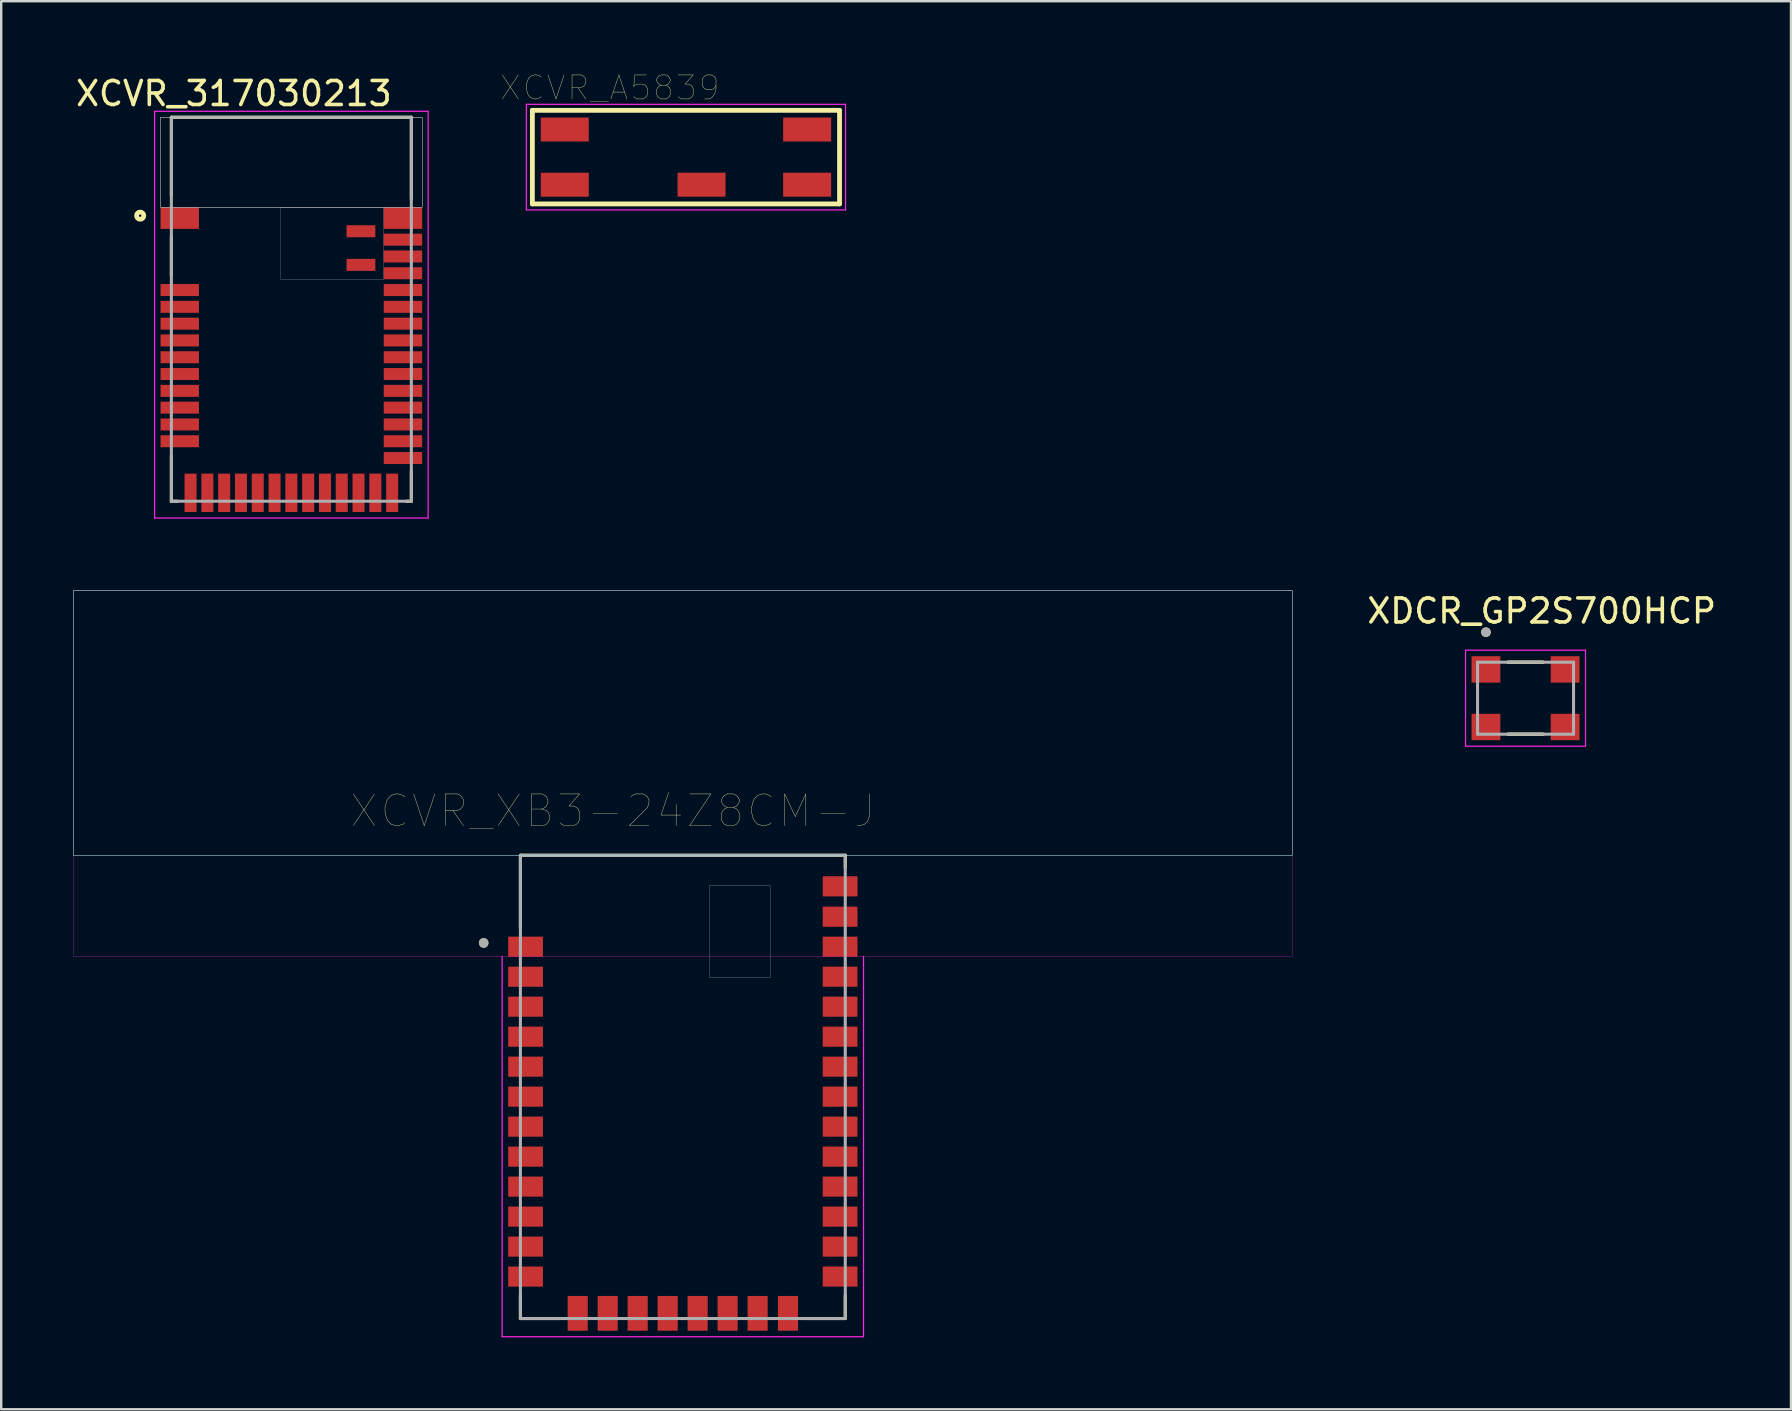
<source format=kicad_pcb>
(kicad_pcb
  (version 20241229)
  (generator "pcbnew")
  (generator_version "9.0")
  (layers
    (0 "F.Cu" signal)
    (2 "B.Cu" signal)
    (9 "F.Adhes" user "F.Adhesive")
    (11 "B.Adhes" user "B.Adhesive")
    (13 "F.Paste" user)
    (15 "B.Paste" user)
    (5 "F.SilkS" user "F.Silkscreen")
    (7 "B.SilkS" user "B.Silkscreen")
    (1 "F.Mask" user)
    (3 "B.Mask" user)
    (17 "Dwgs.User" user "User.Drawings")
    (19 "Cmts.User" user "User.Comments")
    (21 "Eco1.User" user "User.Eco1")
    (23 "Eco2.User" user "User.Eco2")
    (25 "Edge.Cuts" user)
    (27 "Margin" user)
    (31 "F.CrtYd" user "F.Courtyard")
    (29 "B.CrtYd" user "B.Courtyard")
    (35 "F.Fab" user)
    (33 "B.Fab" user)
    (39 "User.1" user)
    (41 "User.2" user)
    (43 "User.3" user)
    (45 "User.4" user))
  (footprint "XCVR_XB3-24Z8CM-J"
    (layer "F.Cu")
    (at 25.405 42.243)
    (property "Reference" "XCVR_XB3-24Z8CM-J" (at -2.919 -11.498 0) (layer "F.SilkS") (effects (font (size 1.32 1.32) (thickness 0.015))))
    (attr through_hole)
    (fp_line (start -6.769 -9.652) (end 6.769 -9.652) (stroke (width 0.127) (type solid)) (layer "F.SilkS"))
    (fp_line (start -6.769 -6.61) (end -6.769 -9.652) (stroke (width 0.127) (type solid)) (layer "F.SilkS"))
    (fp_line (start -6.769 8.68) (end -6.769 9.652) (stroke (width 0.127) (type solid)) (layer "F.SilkS"))
    (fp_line (start -6.769 9.652) (end -5.15 9.652) (stroke (width 0.127) (type solid)) (layer "F.SilkS"))
    (fp_line (start 5.15 9.652) (end 6.769 9.652) (stroke (width 0.127) (type solid)) (layer "F.SilkS"))
    (fp_line (start 6.769 -9.652) (end 6.769 -9.13) (stroke (width 0.127) (type solid)) (layer "F.SilkS"))
    (fp_line (start 6.769 9.652) (end 6.769 8.68) (stroke (width 0.127) (type solid)) (layer "F.SilkS"))
    (fp_circle (center -8.3 -6) (end -8.2 -6) (stroke (width 0.2) (type solid)) (fill no) (layer "F.SilkS"))
    (fp_poly (pts (xy -25.4 -20.676) (xy 25.4 -20.676) (xy 25.4 -9.652) (xy -25.4 -9.652)) (stroke (width 0.01) (type solid)) (fill no) (layer "Dwgs.User"))
    (fp_poly (pts (xy -25.4 -20.676) (xy 25.4 -20.676) (xy 25.4 -9.652) (xy -25.4 -9.652)) (stroke (width 0.01) (type solid)) (fill no) (layer "Dwgs.User"))
    (fp_poly (pts (xy 1.105 -8.382) (xy 3.645 -8.382) (xy 3.645 -4.572) (xy 1.105 -4.572)) (stroke (width 0.01) (type solid)) (fill no) (layer "Dwgs.User"))
    (fp_poly (pts (xy -25.4 -20.676) (xy 25.4 -20.676) (xy 25.4 -9.652) (xy -25.4 -9.652)) (stroke (width 0.01) (type solid)) (fill no) (layer "B.CrtYd"))
    (fp_line (start -7.53 -5.436) (end -7.53 10.41) (stroke (width 0.05) (type solid)) (layer "F.CrtYd"))
    (fp_line (start -7.53 10.41) (end 7.53 10.41) (stroke (width 0.05) (type solid)) (layer "F.CrtYd"))
    (fp_line (start 7.53 10.41) (end 7.53 -5.436) (stroke (width 0.05) (type solid)) (layer "F.CrtYd"))
    (fp_poly (pts (xy -25.4 -20.676) (xy 25.4 -20.676) (xy 25.4 -5.436) (xy -25.4 -5.436)) (stroke (width 0.01) (type solid)) (fill no) (layer "F.CrtYd"))
    (fp_line (start -6.769 -9.652) (end 6.769 -9.652) (stroke (width 0.127) (type solid)) (layer "F.Fab"))
    (fp_line (start -6.769 9.652) (end -6.769 -9.652) (stroke (width 0.127) (type solid)) (layer "F.Fab"))
    (fp_line (start 6.769 -9.652) (end 6.769 9.652) (stroke (width 0.127) (type solid)) (layer "F.Fab"))
    (fp_line (start 6.769 9.652) (end -6.769 9.652) (stroke (width 0.127) (type solid)) (layer "F.Fab"))
    (fp_circle (center -8.3 -6) (end -8.2 -6) (stroke (width 0.2) (type solid)) (fill no) (layer "F.Fab"))
    (pad "1" smd rect (at -6.553 -5.842) (size 1.448 0.838) (layers "F.Cu" "F.Mask" "F.Paste"))
    (pad "2" smd rect (at -6.553 -4.592) (size 1.448 0.838) (layers "F.Cu" "F.Mask" "F.Paste"))
    (pad "3" smd rect (at -6.553 -3.343) (size 1.448 0.838) (layers "F.Cu" "F.Mask" "F.Paste"))
    (pad "4" smd rect (at -6.553 -2.093) (size 1.448 0.838) (layers "F.Cu" "F.Mask" "F.Paste"))
    (pad "5" smd rect (at -6.553 -0.843) (size 1.448 0.838) (layers "F.Cu" "F.Mask" "F.Paste"))
    (pad "6" smd rect (at -6.553 0.406) (size 1.448 0.838) (layers "F.Cu" "F.Mask" "F.Paste"))
    (pad "7" smd rect (at -6.553 1.656) (size 1.448 0.838) (layers "F.Cu" "F.Mask" "F.Paste"))
    (pad "8" smd rect (at -6.553 2.906) (size 1.448 0.838) (layers "F.Cu" "F.Mask" "F.Paste"))
    (pad "9" smd rect (at -6.553 4.155) (size 1.448 0.838) (layers "F.Cu" "F.Mask" "F.Paste"))
    (pad "10" smd rect (at -6.553 5.405) (size 1.448 0.838) (layers "F.Cu" "F.Mask" "F.Paste"))
    (pad "11" smd rect (at -6.553 6.655) (size 1.448 0.838) (layers "F.Cu" "F.Mask" "F.Paste"))
    (pad "12" smd rect (at -6.553 7.904) (size 1.448 0.838) (layers "F.Cu" "F.Mask" "F.Paste"))
    (pad "13" smd rect (at -4.381 9.436) (size 0.838 1.448) (layers "F.Cu" "F.Mask" "F.Paste"))
    (pad "14" smd rect (at -3.132 9.436) (size 0.838 1.448) (layers "F.Cu" "F.Mask" "F.Paste"))
    (pad "15" smd rect (at -1.882 9.436) (size 0.838 1.448) (layers "F.Cu" "F.Mask" "F.Paste"))
    (pad "16" smd rect (at -0.632 9.436) (size 0.838 1.448) (layers "F.Cu" "F.Mask" "F.Paste"))
    (pad "17" smd rect (at 0.617 9.436) (size 0.838 1.448) (layers "F.Cu" "F.Mask" "F.Paste"))
    (pad "18" smd rect (at 1.867 9.436) (size 0.838 1.448) (layers "F.Cu" "F.Mask" "F.Paste"))
    (pad "19" smd rect (at 3.117 9.436) (size 0.838 1.448) (layers "F.Cu" "F.Mask" "F.Paste"))
    (pad "20" smd rect (at 4.381 9.436) (size 0.838 1.448) (layers "F.Cu" "F.Mask" "F.Paste"))
    (pad "21" smd rect (at 6.553 7.904) (size 1.448 0.838) (layers "F.Cu" "F.Mask" "F.Paste"))
    (pad "22" smd rect (at 6.553 6.655) (size 1.448 0.838) (layers "F.Cu" "F.Mask" "F.Paste"))
    (pad "23" smd rect (at 6.553 5.405) (size 1.448 0.838) (layers "F.Cu" "F.Mask" "F.Paste"))
    (pad "24" smd rect (at 6.553 4.155) (size 1.448 0.838) (layers "F.Cu" "F.Mask" "F.Paste"))
    (pad "25" smd rect (at 6.553 2.906) (size 1.448 0.838) (layers "F.Cu" "F.Mask" "F.Paste"))
    (pad "26" smd rect (at 6.553 1.656) (size 1.448 0.838) (layers "F.Cu" "F.Mask" "F.Paste"))
    (pad "27" smd rect (at 6.553 0.406) (size 1.448 0.838) (layers "F.Cu" "F.Mask" "F.Paste"))
    (pad "28" smd rect (at 6.553 -0.843) (size 1.448 0.838) (layers "F.Cu" "F.Mask" "F.Paste"))
    (pad "29" smd rect (at 6.553 -2.093) (size 1.448 0.838) (layers "F.Cu" "F.Mask" "F.Paste"))
    (pad "30" smd rect (at 6.553 -3.343) (size 1.448 0.838) (layers "F.Cu" "F.Mask" "F.Paste"))
    (pad "31" smd rect (at 6.553 -4.592) (size 1.448 0.838) (layers "F.Cu" "F.Mask" "F.Paste"))
    (pad "32" smd rect (at 6.553 -5.842) (size 1.448 0.838) (layers "F.Cu" "F.Mask" "F.Paste"))
    (pad "33" smd rect (at 6.553 -7.092) (size 1.448 0.838) (layers "F.Cu" "F.Mask" "F.Paste"))
    (pad "34" smd rect (at 6.553 -8.357) (size 1.448 0.838) (layers "F.Cu" "F.Mask" "F.Paste")))
  (footprint "XDCR_GP2S700HCP"
    (layer "F.Cu")
    (at 60.522 26.046)
    (property "Reference" "XDCR_GP2S700HCP" (at 0.675 -3.635 0) (layer "F.SilkS") (effects (font (size 1 1) (thickness 0.15))))
    (attr through_hole)
    (fp_line (start -0.73 -1.5) (end 0.73 -1.5) (stroke (width 0.127) (type solid)) (layer "F.SilkS"))
    (fp_line (start -0.73 -1.5) (end 0.73 -1.5) (stroke (width 0.127) (type solid)) (layer "F.SilkS"))
    (fp_line (start -0.73 1.5) (end 0.73 1.5) (stroke (width 0.127) (type solid)) (layer "F.SilkS"))
    (fp_line (start -0.73 1.5) (end 0.73 1.5) (stroke (width 0.127) (type solid)) (layer "F.SilkS"))
    (fp_circle (center -1.65 -2.75) (end -1.55 -2.75) (stroke (width 0.2) (type solid)) (fill no) (layer "F.SilkS"))
    (fp_line (start -2.5 -2) (end -2.5 2) (stroke (width 0.05) (type solid)) (layer "F.CrtYd"))
    (fp_line (start -2.5 2) (end 2.5 2) (stroke (width 0.05) (type solid)) (layer "F.CrtYd"))
    (fp_line (start 2.5 -2) (end -2.5 -2) (stroke (width 0.05) (type solid)) (layer "F.CrtYd"))
    (fp_line (start 2.5 2) (end 2.5 -2) (stroke (width 0.05) (type solid)) (layer "F.CrtYd"))
    (fp_line (start -2 -1.5) (end 2 -1.5) (stroke (width 0.127) (type solid)) (layer "F.Fab"))
    (fp_line (start -2 1.5) (end -2 -1.5) (stroke (width 0.127) (type solid)) (layer "F.Fab"))
    (fp_line (start 2 -1.5) (end 2 1.5) (stroke (width 0.127) (type solid)) (layer "F.Fab"))
    (fp_line (start 2 1.5) (end -2 1.5) (stroke (width 0.127) (type solid)) (layer "F.Fab"))
    (fp_circle (center -1.65 -2.75) (end -1.55 -2.75) (stroke (width 0.2) (type solid)) (fill no) (layer "F.Fab"))
    (pad "1" smd rect (at -1.65 -1.2) (size 1.2 1.1) (layers "F.Cu" "F.Mask" "F.Paste"))
    (pad "2" smd rect (at -1.65 1.2) (size 1.2 1.1) (layers "F.Cu" "F.Mask" "F.Paste"))
    (pad "3" smd rect (at 1.65 1.2) (size 1.2 1.1) (layers "F.Cu" "F.Mask" "F.Paste"))
    (pad "4" smd rect (at 1.65 -1.2) (size 1.2 1.1) (layers "F.Cu" "F.Mask" "F.Paste"))
    (zone (net_name "") (layer "F.Cu") (hatch full 0.508) (connect_pads) (min_thickness 0.01) (filled_areas_thickness no) (keepout (tracks not_allowed) (vias not_allowed) (pads not_allowed) (copperpour not_allowed) (footprints allowed)) (placement (enabled no)) (fill) (polygon (pts (xy 58.272 25.395) (xy 62.772 25.395) (xy 62.772 26.695) (xy 58.272 26.695))))
    (zone (net_name "") (layer "F.Cu") (hatch full 0.508) (connect_pads) (min_thickness 0.01) (filled_areas_thickness no) (keepout (tracks not_allowed) (vias not_allowed) (pads not_allowed) (copperpour not_allowed) (footprints allowed)) (placement (enabled no)) (fill) (polygon (pts (xy 59.472 24.296) (xy 61.572 24.296) (xy 61.572 27.796) (xy 59.472 27.796))))
    (zone (net_name "") (layers "F.Cu" "B.Cu") (hatch full 0.508) (connect_pads) (min_thickness 0.01) (filled_areas_thickness no) (keepout (tracks allowed) (vias not_allowed) (pads allowed) (copperpour allowed) (footprints allowed)) (placement (enabled no)) (fill) (polygon (pts (xy 58.272 25.395) (xy 62.772 25.395) (xy 62.772 26.695) (xy 58.272 26.695))))
    (zone (net_name "") (layers "F.Cu" "B.Cu") (hatch full 0.508) (connect_pads) (min_thickness 0.01) (filled_areas_thickness no) (keepout (tracks allowed) (vias not_allowed) (pads allowed) (copperpour allowed) (footprints allowed)) (placement (enabled no)) (fill) (polygon (pts (xy 59.472 24.296) (xy 61.572 24.296) (xy 61.572 27.796) (xy 59.472 27.796)))))
  (footprint "XCVR_A5839"
    (layer "F.Cu")
    (at 25.535 3.497)
    (property "Reference" "XCVR_A5839" (at -3.176 -2.886 0) (layer "F.SilkS") (effects (font (size 1 1) (thickness 0.015))))
    (attr through_hole)
    (fp_line (start -6.4 -1.95) (end 6.4 -1.95) (stroke (width 0.2) (type solid)) (layer "F.SilkS"))
    (fp_line (start -6.4 1.95) (end -6.4 -1.95) (stroke (width 0.2) (type solid)) (layer "F.SilkS"))
    (fp_line (start 6.4 -1.95) (end 6.4 1.95) (stroke (width 0.2) (type solid)) (layer "F.SilkS"))
    (fp_line (start 6.4 1.95) (end -6.4 1.95) (stroke (width 0.2) (type solid)) (layer "F.SilkS"))
    (fp_line (start -6.65 -2.2) (end 6.65 -2.2) (stroke (width 0.05) (type solid)) (layer "F.CrtYd"))
    (fp_line (start -6.65 2.2) (end -6.65 -2.2) (stroke (width 0.05) (type solid)) (layer "F.CrtYd"))
    (fp_line (start 6.65 -2.2) (end 6.65 2.2) (stroke (width 0.05) (type solid)) (layer "F.CrtYd"))
    (fp_line (start 6.65 2.2) (end -6.65 2.2) (stroke (width 0.05) (type solid)) (layer "F.CrtYd"))
    (pad "1" smd rect (at -5.05 -1.15) (size 2 1) (layers "F.Cu" "F.Mask" "F.Paste"))
    (pad "2" smd rect (at -5.05 1.15) (size 2 1) (layers "F.Cu" "F.Mask" "F.Paste"))
    (pad "3" smd rect (at 0.65 1.15) (size 2 1) (layers "F.Cu" "F.Mask" "F.Paste"))
    (pad "4" smd rect (at 5.05 1.15) (size 2 1) (layers "F.Cu" "F.Mask" "F.Paste"))
    (pad "5" smd rect (at 5.05 -1.15) (size 2 1) (layers "F.Cu" "F.Mask" "F.Paste")))
  (footprint "XCVR_317030213"
    (layer "F.Cu")
    (at 9.091 9.837)
    (property "Reference" "XCVR_317030213" (at -2.395 -8.989 0) (layer "F.SilkS") (effects (font (size 1 1) (thickness 0.15))))
    (attr through_hole)
    (fp_line (start -5 -8) (end 5 -8) (stroke (width 0.127) (type solid)) (layer "F.SilkS"))
    (fp_line (start -5 -4.75) (end -5 -8) (stroke (width 0.127) (type solid)) (layer "F.SilkS"))
    (fp_line (start -5 -3) (end -5 -1.4) (stroke (width 0.127) (type solid)) (layer "F.SilkS"))
    (fp_line (start -5 6.1) (end -5 8) (stroke (width 0.127) (type solid)) (layer "F.SilkS"))
    (fp_line (start -5 8) (end -4.75 8) (stroke (width 0.127) (type solid)) (layer "F.SilkS"))
    (fp_line (start 5 -8) (end 5 -4.6) (stroke (width 0.127) (type solid)) (layer "F.SilkS"))
    (fp_line (start 5 6.75) (end 5 8) (stroke (width 0.127) (type solid)) (layer "F.SilkS"))
    (fp_line (start 5 8) (end 4.8 8) (stroke (width 0.127) (type solid)) (layer "F.SilkS"))
    (fp_circle (center -6.3 -3.9) (end -6.15 -3.9) (stroke (width 0.2) (type solid)) (fill no) (layer "F.SilkS"))
    (fp_poly (pts (xy -5.45 -8) (xy 5.45 -8) (xy 5.45 -4.25) (xy -5.45 -4.25)) (stroke (width 0.01) (type solid)) (fill no) (layer "Dwgs.User"))
    (fp_poly (pts (xy -5.45 -8) (xy 5.45 -8) (xy 5.45 -4.25) (xy -5.45 -4.25)) (stroke (width 0.01) (type solid)) (fill no) (layer "Dwgs.User"))
    (fp_poly (pts (xy -5.45 -8) (xy 5.45 -8) (xy 5.45 -4.25) (xy -5.45 -4.25)) (stroke (width 0.01) (type solid)) (fill no) (layer "Dwgs.User"))
    (fp_line (start -5.7 -8.25) (end 5.7 -8.25) (stroke (width 0.05) (type solid)) (layer "F.CrtYd"))
    (fp_line (start -5.7 8.7) (end -5.7 -8.25) (stroke (width 0.05) (type solid)) (layer "F.CrtYd"))
    (fp_line (start 5.7 -8.25) (end 5.7 8.7) (stroke (width 0.05) (type solid)) (layer "F.CrtYd"))
    (fp_line (start 5.7 8.7) (end -5.7 8.7) (stroke (width 0.05) (type solid)) (layer "F.CrtYd"))
    (fp_line (start -5 -8) (end 5 -8) (stroke (width 0.127) (type solid)) (layer "F.Fab"))
    (fp_line (start -5 8) (end -5 -8) (stroke (width 0.127) (type solid)) (layer "F.Fab"))
    (fp_line (start 5 -8) (end 5 8) (stroke (width 0.127) (type solid)) (layer "F.Fab"))
    (fp_line (start 5 8) (end -5 8) (stroke (width 0.127) (type solid)) (layer "F.Fab"))
    (fp_poly (pts (xy -0.45 -4.25) (xy 3.85 -4.25) (xy 3.85 -1.25) (xy -0.45 -1.25)) (stroke (width 0.01) (type solid)) (fill no) (layer "F.Fab"))
    (pad "1" smd rect (at -4.65 -3.8) (size 1.6 0.9) (layers "F.Cu" "F.Mask" "F.Paste"))
    (pad "2" smd rect (at -4.65 -0.8) (size 1.6 0.5) (layers "F.Cu" "F.Mask" "F.Paste"))
    (pad "3" smd rect (at -4.65 -0.1) (size 1.6 0.5) (layers "F.Cu" "F.Mask" "F.Paste"))
    (pad "4" smd rect (at -4.65 0.6) (size 1.6 0.5) (layers "F.Cu" "F.Mask" "F.Paste"))
    (pad "5" smd rect (at -4.65 1.3) (size 1.6 0.5) (layers "F.Cu" "F.Mask" "F.Paste"))
    (pad "6" smd rect (at -4.65 2) (size 1.6 0.5) (layers "F.Cu" "F.Mask" "F.Paste"))
    (pad "7" smd rect (at -4.65 2.7) (size 1.6 0.5) (layers "F.Cu" "F.Mask" "F.Paste"))
    (pad "8" smd rect (at -4.65 3.4) (size 1.6 0.5) (layers "F.Cu" "F.Mask" "F.Paste"))
    (pad "9" smd rect (at -4.65 4.1) (size 1.6 0.5) (layers "F.Cu" "F.Mask" "F.Paste"))
    (pad "10" smd rect (at -4.65 4.8) (size 1.6 0.5) (layers "F.Cu" "F.Mask" "F.Paste"))
    (pad "11" smd rect (at -4.65 5.5) (size 1.6 0.5) (layers "F.Cu" "F.Mask" "F.Paste"))
    (pad "12" smd rect (at -4.2 7.65) (size 0.5 1.6) (layers "F.Cu" "F.Mask" "F.Paste"))
    (pad "13" smd rect (at -3.5 7.65) (size 0.5 1.6) (layers "F.Cu" "F.Mask" "F.Paste"))
    (pad "14" smd rect (at -2.8 7.65) (size 0.5 1.6) (layers "F.Cu" "F.Mask" "F.Paste"))
    (pad "15" smd rect (at -2.1 7.65) (size 0.5 1.6) (layers "F.Cu" "F.Mask" "F.Paste"))
    (pad "16" smd rect (at -1.4 7.65) (size 0.5 1.6) (layers "F.Cu" "F.Mask" "F.Paste"))
    (pad "17" smd rect (at -0.7 7.65) (size 0.5 1.6) (layers "F.Cu" "F.Mask" "F.Paste"))
    (pad "18" smd rect (at 0 7.65) (size 0.5 1.6) (layers "F.Cu" "F.Mask" "F.Paste"))
    (pad "19" smd rect (at 0.7 7.65) (size 0.5 1.6) (layers "F.Cu" "F.Mask" "F.Paste"))
    (pad "20" smd rect (at 1.4 7.65) (size 0.5 1.6) (layers "F.Cu" "F.Mask" "F.Paste"))
    (pad "21" smd rect (at 2.1 7.65) (size 0.5 1.6) (layers "F.Cu" "F.Mask" "F.Paste"))
    (pad "22" smd rect (at 2.8 7.65) (size 0.5 1.6) (layers "F.Cu" "F.Mask" "F.Paste"))
    (pad "23" smd rect (at 3.5 7.65) (size 0.5 1.6) (layers "F.Cu" "F.Mask" "F.Paste"))
    (pad "24" smd rect (at 4.2 7.65) (size 0.5 1.6) (layers "F.Cu" "F.Mask" "F.Paste"))
    (pad "25" smd rect (at 4.65 6.2) (size 1.6 0.5) (layers "F.Cu" "F.Mask" "F.Paste"))
    (pad "26" smd rect (at 4.65 5.5) (size 1.6 0.5) (layers "F.Cu" "F.Mask" "F.Paste"))
    (pad "27" smd rect (at 4.65 4.8) (size 1.6 0.5) (layers "F.Cu" "F.Mask" "F.Paste"))
    (pad "28" smd rect (at 4.65 4.1) (size 1.6 0.5) (layers "F.Cu" "F.Mask" "F.Paste"))
    (pad "29" smd rect (at 4.65 3.4) (size 1.6 0.5) (layers "F.Cu" "F.Mask" "F.Paste"))
    (pad "30" smd rect (at 4.65 2.7) (size 1.6 0.5) (layers "F.Cu" "F.Mask" "F.Paste"))
    (pad "31" smd rect (at 4.65 2) (size 1.6 0.5) (layers "F.Cu" "F.Mask" "F.Paste"))
    (pad "32" smd rect (at 4.65 1.3) (size 1.6 0.5) (layers "F.Cu" "F.Mask" "F.Paste"))
    (pad "33" smd rect (at 4.65 0.6) (size 1.6 0.5) (layers "F.Cu" "F.Mask" "F.Paste"))
    (pad "34" smd rect (at 4.65 -0.1) (size 1.6 0.5) (layers "F.Cu" "F.Mask" "F.Paste"))
    (pad "35" smd rect (at 4.65 -0.8) (size 1.6 0.5) (layers "F.Cu" "F.Mask" "F.Paste"))
    (pad "36" smd rect (at 4.65 -1.5) (size 1.6 0.5) (layers "F.Cu" "F.Mask" "F.Paste"))
    (pad "37" smd rect (at 4.65 -2.2) (size 1.6 0.5) (layers "F.Cu" "F.Mask" "F.Paste"))
    (pad "38" smd rect (at 4.65 -2.9) (size 1.6 0.5) (layers "F.Cu" "F.Mask" "F.Paste"))
    (pad "39" smd rect (at 4.65 -3.8) (size 1.6 0.9) (layers "F.Cu" "F.Mask" "F.Paste"))
    (pad "40" smd rect (at 2.9 -3.25) (size 1.2 0.5) (layers "F.Cu" "F.Mask" "F.Paste"))
    (pad "41" smd rect (at 2.9 -1.85) (size 1.2 0.5) (layers "F.Cu" "F.Mask" "F.Paste")))
  (gr_rect
    (start -3 -3)
    (end 71.584 55.678)
    (stroke (width 0.1) (type default))
    (fill no)
    (layer "Edge.Cuts")))
</source>
